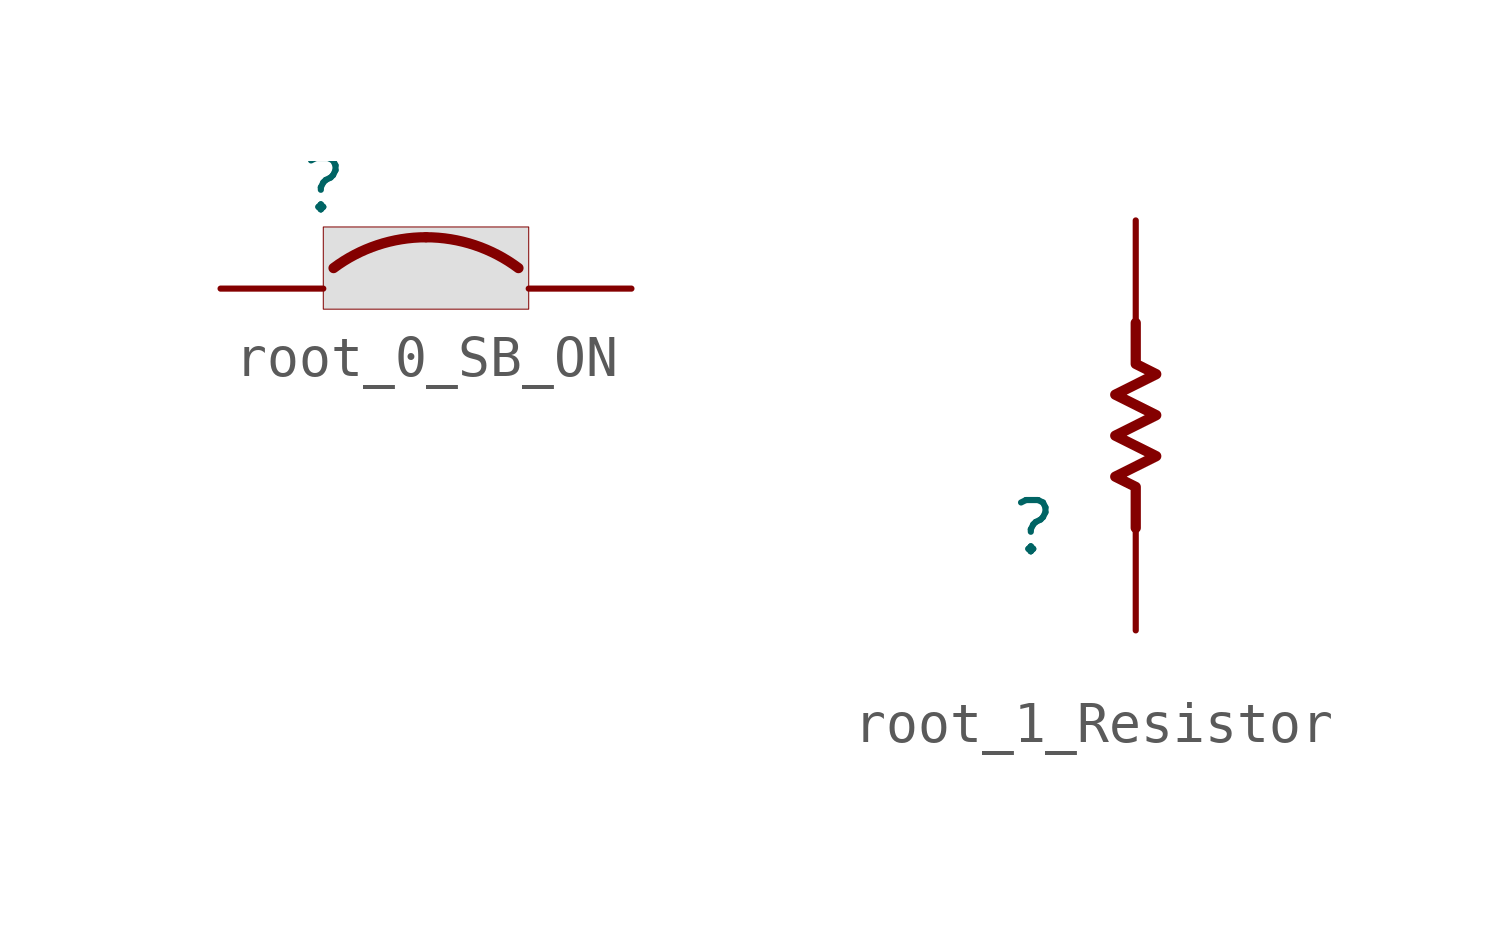
<source format=kicad_sym>
(kicad_symbol_lib
  (version 20231120)
  (generator "kicad_symbol_editor")
  (generator_version "8.0")
  (symbol "root_0_SB_ON"
    (property "Reference" ""
      (at 0 0 0)
      (effects (font (size 1.27 1.27))))
    (property "Value" ""
      (at 0 0 0)
      (effects (font (size 1.27 1.27))))
    (symbol "root_0_SB_ON_1_0"
      (arc (start 2.54 -1.27) (mid 1.3352 -1.4655) (end 0.254 -2.032) (stroke (width 0.254) (type solid)) (fill (type none)))
      (arc (start 4.826 -2.032) (mid 3.7448 -1.4655) (end 2.54 -1.27) (stroke (width 0.254) (type solid)) (fill (type none)))
      (rectangle (start 5.08 -1.016) (end 0 -3.048) (stroke (width 0.025) (type solid) (color 128 0 0 1)) (fill (type color) (color 192 192 192 0.5)))
      (pin passive line (at -2.54 -2.54 0) (length 2.54) (name "1" (effects (font (size 0 0)))) (number "1" (effects (font (size 0 0)))))
      (pin passive line (at 7.62 -2.54 180) (length 2.54) (name "2" (effects (font (size 0 0)))) (number "2" (effects (font (size 0 0)))))))
  (symbol "root_1_Resistor"
    (property "Reference" ""
      (at 0 0 0)
      (effects (font (size 1.27 1.27))))
    (property "Value" ""
      (at 0 0 0)
      (effects (font (size 1.27 1.27))))
    (symbol "root_1_Resistor_1_0"
      (polyline (pts (xy 2.54 5.08) (xy 2.54 4.064) (xy 3.048 3.81) (xy 2.032 3.302) (xy 3.048 2.794) (xy 2.032 2.286) (xy 3.048 1.778) (xy 2.032 1.27) (xy 2.54 1.016) (xy 2.54 0)) (stroke (width 0.254) (type solid)) (fill (type none)))
      (pin passive line (at 2.54 -2.54 90) (length 2.54) (name "1" (effects (font (size 0 0)))) (number "1" (effects (font (size 0 0)))))
      (pin passive line (at 2.54 7.62 270) (length 2.54) (name "2" (effects (font (size 0 0)))) (number "2" (effects (font (size 0 0))))))))
</source>
